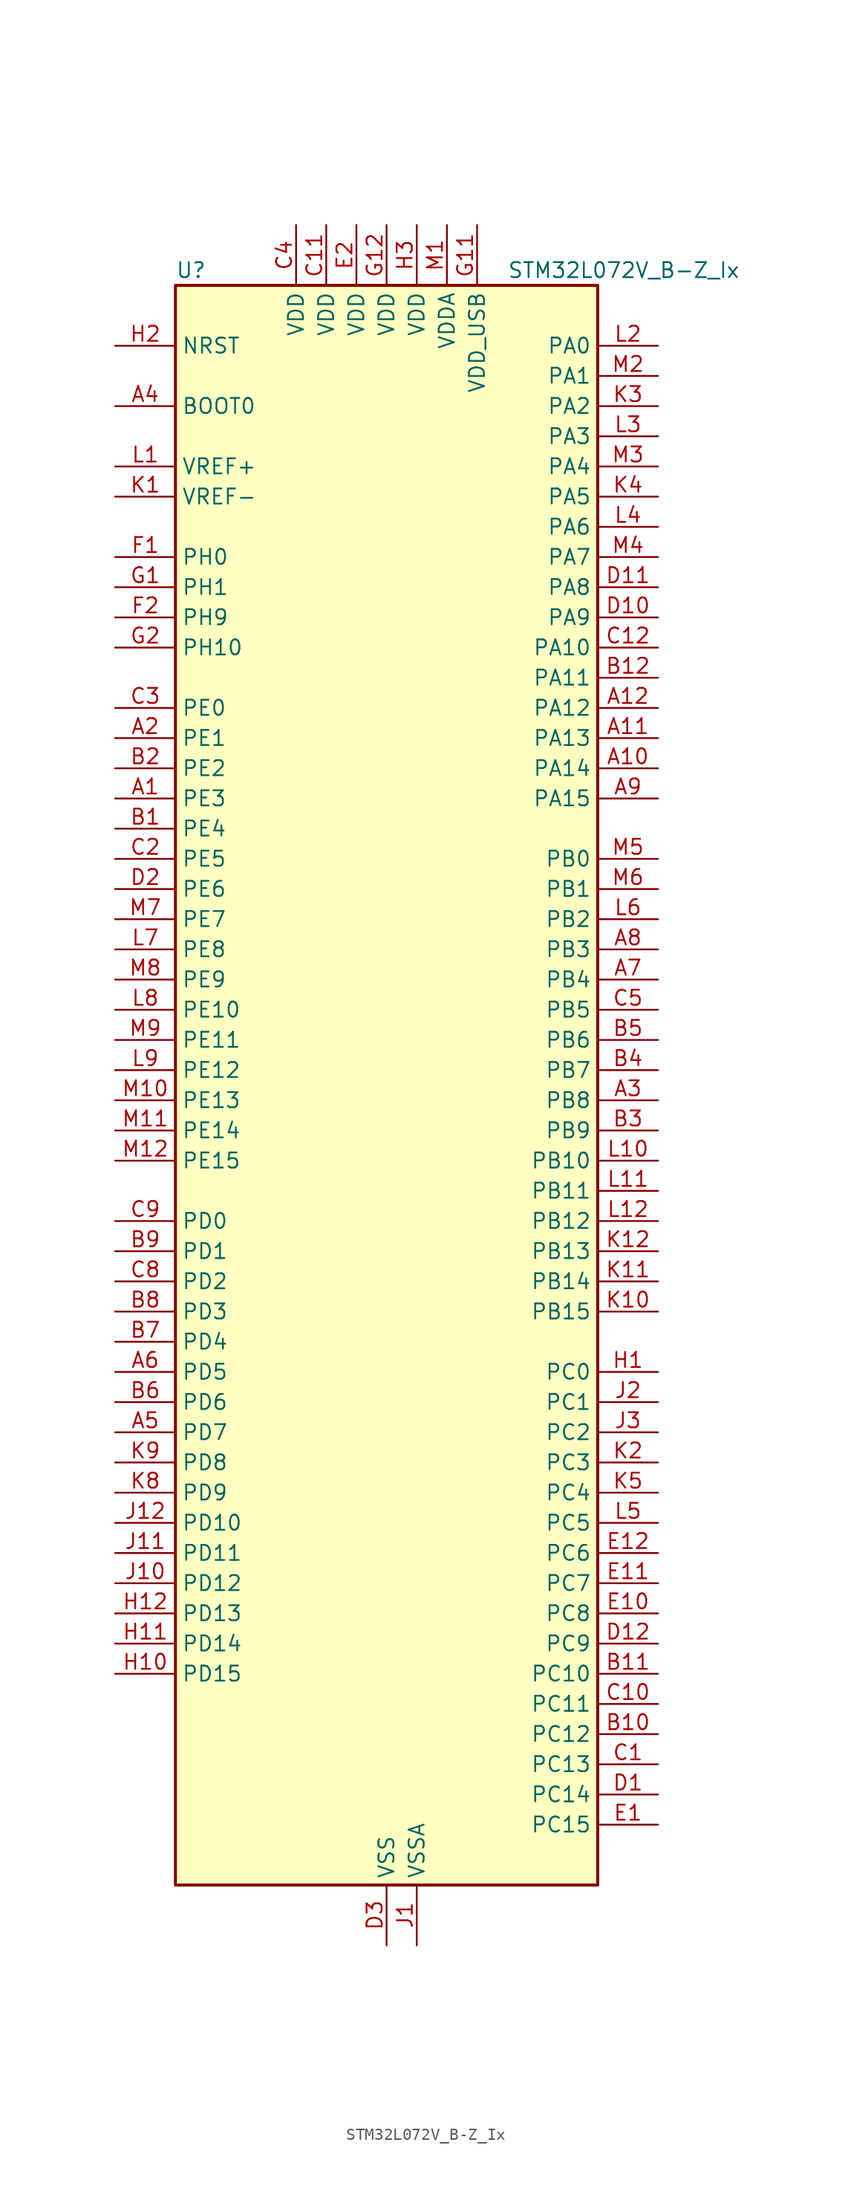
<source format=kicad_sym>
(kicad_symbol_lib
  (version 20241209)
  (generator "kicad_symbol_editor")
  (generator_version "9.0")
  (symbol "STM32L072V_B-Z_Ix"
    (property "Reference" "U"
      (at -17.78 69.85 0)
      (effects (font (size 1.27 1.27)) (justify left)))
    (property "Value" "STM32L072V_B-Z_Ix"
      (at 10.16 69.85 0)
      (effects (font (size 1.27 1.27)) (justify left)))
    (symbol "STM32L072V_B-Z_Ix_0_1"
      (rectangle (start -17.78 -66.04) (end 17.78 68.58) (stroke (width 0.254) (type default)) (fill (type background))))
    (symbol "STM32L072V_B-Z_Ix_1_1"
      (pin input line (at -22.86 63.5 0) (length 5.08) (name "NRST" (effects (font (size 1.27 1.27)))) (number "H2" (effects (font (size 1.27 1.27)))))
      (pin input line (at -22.86 58.42 0) (length 5.08) (name "BOOT0" (effects (font (size 1.27 1.27)))) (number "A4" (effects (font (size 1.27 1.27)))))
      (pin input line (at -22.86 53.34 0) (length 5.08) (name "VREF+" (effects (font (size 1.27 1.27)))) (number "L1" (effects (font (size 1.27 1.27)))))
      (pin input line (at -22.86 50.8 0) (length 5.08) (name "VREF-" (effects (font (size 1.27 1.27)))) (number "K1" (effects (font (size 1.27 1.27)))))
      (pin bidirectional line (at -22.86 45.72 0) (length 5.08) (name "PH0" (effects (font (size 1.27 1.27)))) (number "F1" (effects (font (size 1.27 1.27)))) (alternate "CRS_SYNC" bidirectional line) (alternate "RCC_OSC_IN" bidirectional line))
      (pin bidirectional line (at -22.86 43.18 0) (length 5.08) (name "PH1" (effects (font (size 1.27 1.27)))) (number "G1" (effects (font (size 1.27 1.27)))) (alternate "RCC_OSC_OUT" bidirectional line))
      (pin bidirectional line (at -22.86 40.64 0) (length 5.08) (name "PH9" (effects (font (size 1.27 1.27)))) (number "F2" (effects (font (size 1.27 1.27)))) (alternate "DAC_EXTI9" bidirectional line))
      (pin bidirectional line (at -22.86 38.1 0) (length 5.08) (name "PH10" (effects (font (size 1.27 1.27)))) (number "G2" (effects (font (size 1.27 1.27)))))
      (pin bidirectional line (at -22.86 33.02 0) (length 5.08) (name "PE0" (effects (font (size 1.27 1.27)))) (number "C3" (effects (font (size 1.27 1.27)))))
      (pin bidirectional line (at -22.86 30.48 0) (length 5.08) (name "PE1" (effects (font (size 1.27 1.27)))) (number "A2" (effects (font (size 1.27 1.27)))))
      (pin bidirectional line (at -22.86 27.94 0) (length 5.08) (name "PE2" (effects (font (size 1.27 1.27)))) (number "B2" (effects (font (size 1.27 1.27)))) (alternate "TIM3_ETR" bidirectional line))
      (pin bidirectional line (at -22.86 25.4 0) (length 5.08) (name "PE3" (effects (font (size 1.27 1.27)))) (number "A1" (effects (font (size 1.27 1.27)))) (alternate "TIM22_CH1" bidirectional line) (alternate "TIM3_CH1" bidirectional line))
      (pin bidirectional line (at -22.86 22.86 0) (length 5.08) (name "PE4" (effects (font (size 1.27 1.27)))) (number "B1" (effects (font (size 1.27 1.27)))) (alternate "TIM22_CH2" bidirectional line) (alternate "TIM3_CH2" bidirectional line))
      (pin bidirectional line (at -22.86 20.32 0) (length 5.08) (name "PE5" (effects (font (size 1.27 1.27)))) (number "C2" (effects (font (size 1.27 1.27)))) (alternate "TIM21_CH1" bidirectional line) (alternate "TIM3_CH3" bidirectional line))
      (pin bidirectional line (at -22.86 17.78 0) (length 5.08) (name "PE6" (effects (font (size 1.27 1.27)))) (number "D2" (effects (font (size 1.27 1.27)))) (alternate "RTC_TAMP3" bidirectional line) (alternate "SYS_WKUP3" bidirectional line) (alternate "TIM21_CH2" bidirectional line) (alternate "TIM3_CH4" bidirectional line))
      (pin bidirectional line (at -22.86 15.24 0) (length 5.08) (name "PE7" (effects (font (size 1.27 1.27)))) (number "M7" (effects (font (size 1.27 1.27)))) (alternate "USART5_CK" bidirectional line) (alternate "USART5_DE" bidirectional line) (alternate "USART5_RTS" bidirectional line))
      (pin bidirectional line (at -22.86 12.7 0) (length 5.08) (name "PE8" (effects (font (size 1.27 1.27)))) (number "L7" (effects (font (size 1.27 1.27)))) (alternate "USART4_TX" bidirectional line))
      (pin bidirectional line (at -22.86 10.16 0) (length 5.08) (name "PE9" (effects (font (size 1.27 1.27)))) (number "M8" (effects (font (size 1.27 1.27)))) (alternate "DAC_EXTI9" bidirectional line) (alternate "TIM2_CH1" bidirectional line) (alternate "TIM2_ETR" bidirectional line) (alternate "USART4_RX" bidirectional line))
      (pin bidirectional line (at -22.86 7.62 0) (length 5.08) (name "PE10" (effects (font (size 1.27 1.27)))) (number "L8" (effects (font (size 1.27 1.27)))) (alternate "TIM2_CH2" bidirectional line) (alternate "USART5_TX" bidirectional line))
      (pin bidirectional line (at -22.86 5.08 0) (length 5.08) (name "PE11" (effects (font (size 1.27 1.27)))) (number "M9" (effects (font (size 1.27 1.27)))) (alternate "ADC_EXTI11" bidirectional line) (alternate "TIM2_CH3" bidirectional line) (alternate "USART5_RX" bidirectional line))
      (pin bidirectional line (at -22.86 2.54 0) (length 5.08) (name "PE12" (effects (font (size 1.27 1.27)))) (number "L9" (effects (font (size 1.27 1.27)))) (alternate "SPI1_NSS" bidirectional line) (alternate "TIM2_CH4" bidirectional line))
      (pin bidirectional line (at -22.86 0 0) (length 5.08) (name "PE13" (effects (font (size 1.27 1.27)))) (number "M10" (effects (font (size 1.27 1.27)))) (alternate "SPI1_SCK" bidirectional line))
      (pin bidirectional line (at -22.86 -2.54 0) (length 5.08) (name "PE14" (effects (font (size 1.27 1.27)))) (number "M11" (effects (font (size 1.27 1.27)))) (alternate "SPI1_MISO" bidirectional line))
      (pin bidirectional line (at -22.86 -5.08 0) (length 5.08) (name "PE15" (effects (font (size 1.27 1.27)))) (number "M12" (effects (font (size 1.27 1.27)))) (alternate "SPI1_MOSI" bidirectional line))
      (pin bidirectional line (at -22.86 -10.16 0) (length 5.08) (name "PD0" (effects (font (size 1.27 1.27)))) (number "C9" (effects (font (size 1.27 1.27)))) (alternate "I2S2_WS" bidirectional line) (alternate "SPI2_NSS" bidirectional line) (alternate "TIM21_CH1" bidirectional line))
      (pin bidirectional line (at -22.86 -12.7 0) (length 5.08) (name "PD1" (effects (font (size 1.27 1.27)))) (number "B9" (effects (font (size 1.27 1.27)))) (alternate "I2S2_CK" bidirectional line) (alternate "SPI2_SCK" bidirectional line))
      (pin bidirectional line (at -22.86 -15.24 0) (length 5.08) (name "PD2" (effects (font (size 1.27 1.27)))) (number "C8" (effects (font (size 1.27 1.27)))) (alternate "LPUART1_DE" bidirectional line) (alternate "LPUART1_RTS" bidirectional line) (alternate "TIM3_ETR" bidirectional line) (alternate "USART5_RX" bidirectional line))
      (pin bidirectional line (at -22.86 -17.78 0) (length 5.08) (name "PD3" (effects (font (size 1.27 1.27)))) (number "B8" (effects (font (size 1.27 1.27)))) (alternate "I2S2_MCK" bidirectional line) (alternate "SPI2_MISO" bidirectional line) (alternate "USART2_CTS" bidirectional line))
      (pin bidirectional line (at -22.86 -20.32 0) (length 5.08) (name "PD4" (effects (font (size 1.27 1.27)))) (number "B7" (effects (font (size 1.27 1.27)))) (alternate "I2S2_SD" bidirectional line) (alternate "SPI2_MOSI" bidirectional line) (alternate "USART2_DE" bidirectional line) (alternate "USART2_RTS" bidirectional line))
      (pin bidirectional line (at -22.86 -22.86 0) (length 5.08) (name "PD5" (effects (font (size 1.27 1.27)))) (number "A6" (effects (font (size 1.27 1.27)))) (alternate "USART2_TX" bidirectional line))
      (pin bidirectional line (at -22.86 -25.4 0) (length 5.08) (name "PD6" (effects (font (size 1.27 1.27)))) (number "B6" (effects (font (size 1.27 1.27)))) (alternate "USART2_RX" bidirectional line))
      (pin bidirectional line (at -22.86 -27.94 0) (length 5.08) (name "PD7" (effects (font (size 1.27 1.27)))) (number "A5" (effects (font (size 1.27 1.27)))) (alternate "TIM21_CH2" bidirectional line) (alternate "USART2_CK" bidirectional line))
      (pin bidirectional line (at -22.86 -30.48 0) (length 5.08) (name "PD8" (effects (font (size 1.27 1.27)))) (number "K9" (effects (font (size 1.27 1.27)))) (alternate "LPUART1_TX" bidirectional line))
      (pin bidirectional line (at -22.86 -33.02 0) (length 5.08) (name "PD9" (effects (font (size 1.27 1.27)))) (number "K8" (effects (font (size 1.27 1.27)))) (alternate "DAC_EXTI9" bidirectional line) (alternate "LPUART1_RX" bidirectional line))
      (pin bidirectional line (at -22.86 -35.56 0) (length 5.08) (name "PD10" (effects (font (size 1.27 1.27)))) (number "J12" (effects (font (size 1.27 1.27)))))
      (pin bidirectional line (at -22.86 -38.1 0) (length 5.08) (name "PD11" (effects (font (size 1.27 1.27)))) (number "J11" (effects (font (size 1.27 1.27)))) (alternate "ADC_EXTI11" bidirectional line) (alternate "LPUART1_CTS" bidirectional line))
      (pin bidirectional line (at -22.86 -40.64 0) (length 5.08) (name "PD12" (effects (font (size 1.27 1.27)))) (number "J10" (effects (font (size 1.27 1.27)))) (alternate "LPUART1_DE" bidirectional line) (alternate "LPUART1_RTS" bidirectional line))
      (pin bidirectional line (at -22.86 -43.18 0) (length 5.08) (name "PD13" (effects (font (size 1.27 1.27)))) (number "H12" (effects (font (size 1.27 1.27)))))
      (pin bidirectional line (at -22.86 -45.72 0) (length 5.08) (name "PD14" (effects (font (size 1.27 1.27)))) (number "H11" (effects (font (size 1.27 1.27)))))
      (pin bidirectional line (at -22.86 -48.26 0) (length 5.08) (name "PD15" (effects (font (size 1.27 1.27)))) (number "H10" (effects (font (size 1.27 1.27)))) (alternate "CRS_SYNC" bidirectional line))
      (pin power_in line (at -7.62 73.66 270) (length 5.08) (name "VDD" (effects (font (size 1.27 1.27)))) (number "C4" (effects (font (size 1.27 1.27)))))
      (pin power_in line (at -5.08 73.66 270) (length 5.08) (name "VDD" (effects (font (size 1.27 1.27)))) (number "C11" (effects (font (size 1.27 1.27)))))
      (pin power_in line (at -2.54 73.66 270) (length 5.08) (name "VDD" (effects (font (size 1.27 1.27)))) (number "E2" (effects (font (size 1.27 1.27)))))
      (pin power_in line (at 0 73.66 270) (length 5.08) (name "VDD" (effects (font (size 1.27 1.27)))) (number "G12" (effects (font (size 1.27 1.27)))))
      (pin power_in line (at 0 -71.12 90) (length 5.08) (name "VSS" (effects (font (size 1.27 1.27)))) (number "D3" (effects (font (size 1.27 1.27)))))
      (pin passive line (at 0 -71.12 90) (length 5.08) (hide yes) (name "VSS" (effects (font (size 1.27 1.27)))) (number "E3" (effects (font (size 1.27 1.27)))))
      (pin passive line (at 0 -71.12 90) (length 5.08) (hide yes) (name "VSS" (effects (font (size 1.27 1.27)))) (number "F11" (effects (font (size 1.27 1.27)))))
      (pin passive line (at 0 -71.12 90) (length 5.08) (hide yes) (name "VSS" (effects (font (size 1.27 1.27)))) (number "F12" (effects (font (size 1.27 1.27)))))
      (pin power_in line (at 2.54 73.66 270) (length 5.08) (name "VDD" (effects (font (size 1.27 1.27)))) (number "H3" (effects (font (size 1.27 1.27)))))
      (pin power_in line (at 2.54 -71.12 90) (length 5.08) (name "VSSA" (effects (font (size 1.27 1.27)))) (number "J1" (effects (font (size 1.27 1.27)))))
      (pin power_in line (at 5.08 73.66 270) (length 5.08) (name "VDDA" (effects (font (size 1.27 1.27)))) (number "M1" (effects (font (size 1.27 1.27)))))
      (pin power_in line (at 7.62 73.66 270) (length 5.08) (name "VDD_USB" (effects (font (size 1.27 1.27)))) (number "G11" (effects (font (size 1.27 1.27)))))
      (pin bidirectional line (at 22.86 63.5 180) (length 5.08) (name "PA0" (effects (font (size 1.27 1.27)))) (number "L2" (effects (font (size 1.27 1.27)))) (alternate "ADC_IN0" bidirectional line) (alternate "COMP1_INM" bidirectional line) (alternate "COMP1_OUT" bidirectional line) (alternate "RTC_TAMP2" bidirectional line) (alternate "SYS_WKUP1" bidirectional line) (alternate "TIM2_CH1" bidirectional line) (alternate "TIM2_ETR" bidirectional line) (alternate "TSC_G1_IO1" bidirectional line) (alternate "USART2_CTS" bidirectional line) (alternate "USART4_TX" bidirectional line))
      (pin bidirectional line (at 22.86 60.96 180) (length 5.08) (name "PA1" (effects (font (size 1.27 1.27)))) (number "M2" (effects (font (size 1.27 1.27)))) (alternate "ADC_IN1" bidirectional line) (alternate "COMP1_INP" bidirectional line) (alternate "TIM21_ETR" bidirectional line) (alternate "TIM2_CH2" bidirectional line) (alternate "TSC_G1_IO2" bidirectional line) (alternate "USART2_DE" bidirectional line) (alternate "USART2_RTS" bidirectional line) (alternate "USART4_RX" bidirectional line))
      (pin bidirectional line (at 22.86 58.42 180) (length 5.08) (name "PA2" (effects (font (size 1.27 1.27)))) (number "K3" (effects (font (size 1.27 1.27)))) (alternate "ADC_IN2" bidirectional line) (alternate "COMP2_INM" bidirectional line) (alternate "COMP2_OUT" bidirectional line) (alternate "LPUART1_TX" bidirectional line) (alternate "TIM21_CH1" bidirectional line) (alternate "TIM2_CH3" bidirectional line) (alternate "TSC_G1_IO3" bidirectional line) (alternate "USART2_TX" bidirectional line))
      (pin bidirectional line (at 22.86 55.88 180) (length 5.08) (name "PA3" (effects (font (size 1.27 1.27)))) (number "L3" (effects (font (size 1.27 1.27)))) (alternate "ADC_IN3" bidirectional line) (alternate "COMP2_INP" bidirectional line) (alternate "LPUART1_RX" bidirectional line) (alternate "TIM21_CH2" bidirectional line) (alternate "TIM2_CH4" bidirectional line) (alternate "TSC_G1_IO4" bidirectional line) (alternate "USART2_RX" bidirectional line))
      (pin bidirectional line (at 22.86 53.34 180) (length 5.08) (name "PA4" (effects (font (size 1.27 1.27)))) (number "M3" (effects (font (size 1.27 1.27)))) (alternate "ADC_IN4" bidirectional line) (alternate "COMP1_INM" bidirectional line) (alternate "COMP2_INM" bidirectional line) (alternate "DAC_OUT1" bidirectional line) (alternate "SPI1_NSS" bidirectional line) (alternate "TIM22_ETR" bidirectional line) (alternate "TSC_G2_IO1" bidirectional line) (alternate "USART2_CK" bidirectional line))
      (pin bidirectional line (at 22.86 50.8 180) (length 5.08) (name "PA5" (effects (font (size 1.27 1.27)))) (number "K4" (effects (font (size 1.27 1.27)))) (alternate "ADC_IN5" bidirectional line) (alternate "COMP1_INM" bidirectional line) (alternate "COMP2_INM" bidirectional line) (alternate "DAC_OUT2" bidirectional line) (alternate "SPI1_SCK" bidirectional line) (alternate "TIM2_CH1" bidirectional line) (alternate "TIM2_ETR" bidirectional line) (alternate "TSC_G2_IO2" bidirectional line))
      (pin bidirectional line (at 22.86 48.26 180) (length 5.08) (name "PA6" (effects (font (size 1.27 1.27)))) (number "L4" (effects (font (size 1.27 1.27)))) (alternate "ADC_IN6" bidirectional line) (alternate "COMP1_OUT" bidirectional line) (alternate "LPUART1_CTS" bidirectional line) (alternate "SPI1_MISO" bidirectional line) (alternate "TIM22_CH1" bidirectional line) (alternate "TIM3_CH1" bidirectional line) (alternate "TSC_G2_IO3" bidirectional line))
      (pin bidirectional line (at 22.86 45.72 180) (length 5.08) (name "PA7" (effects (font (size 1.27 1.27)))) (number "M4" (effects (font (size 1.27 1.27)))) (alternate "ADC_IN7" bidirectional line) (alternate "COMP2_OUT" bidirectional line) (alternate "SPI1_MOSI" bidirectional line) (alternate "TIM22_CH2" bidirectional line) (alternate "TIM3_CH2" bidirectional line) (alternate "TSC_G2_IO4" bidirectional line))
      (pin bidirectional line (at 22.86 43.18 180) (length 5.08) (name "PA8" (effects (font (size 1.27 1.27)))) (number "D11" (effects (font (size 1.27 1.27)))) (alternate "CRS_SYNC" bidirectional line) (alternate "I2C3_SCL" bidirectional line) (alternate "RCC_MCO" bidirectional line) (alternate "USART1_CK" bidirectional line))
      (pin bidirectional line (at 22.86 40.64 180) (length 5.08) (name "PA9" (effects (font (size 1.27 1.27)))) (number "D10" (effects (font (size 1.27 1.27)))) (alternate "DAC_EXTI9" bidirectional line) (alternate "I2C1_SCL" bidirectional line) (alternate "I2C3_SMBA" bidirectional line) (alternate "RCC_MCO" bidirectional line) (alternate "TSC_G4_IO1" bidirectional line) (alternate "USART1_TX" bidirectional line))
      (pin bidirectional line (at 22.86 38.1 180) (length 5.08) (name "PA10" (effects (font (size 1.27 1.27)))) (number "C12" (effects (font (size 1.27 1.27)))) (alternate "I2C1_SDA" bidirectional line) (alternate "TSC_G4_IO2" bidirectional line) (alternate "USART1_RX" bidirectional line))
      (pin bidirectional line (at 22.86 35.56 180) (length 5.08) (name "PA11" (effects (font (size 1.27 1.27)))) (number "B12" (effects (font (size 1.27 1.27)))) (alternate "ADC_EXTI11" bidirectional line) (alternate "COMP1_OUT" bidirectional line) (alternate "SPI1_MISO" bidirectional line) (alternate "TSC_G4_IO3" bidirectional line) (alternate "USART1_CTS" bidirectional line) (alternate "USB_DM" bidirectional line))
      (pin bidirectional line (at 22.86 33.02 180) (length 5.08) (name "PA12" (effects (font (size 1.27 1.27)))) (number "A12" (effects (font (size 1.27 1.27)))) (alternate "COMP2_OUT" bidirectional line) (alternate "SPI1_MOSI" bidirectional line) (alternate "TSC_G4_IO4" bidirectional line) (alternate "USART1_DE" bidirectional line) (alternate "USART1_RTS" bidirectional line) (alternate "USB_DP" bidirectional line))
      (pin bidirectional line (at 22.86 30.48 180) (length 5.08) (name "PA13" (effects (font (size 1.27 1.27)))) (number "A11" (effects (font (size 1.27 1.27)))) (alternate "LPUART1_RX" bidirectional line) (alternate "SYS_SWDIO" bidirectional line) (alternate "USB_NOE" bidirectional line))
      (pin bidirectional line (at 22.86 27.94 180) (length 5.08) (name "PA14" (effects (font (size 1.27 1.27)))) (number "A10" (effects (font (size 1.27 1.27)))) (alternate "LPUART1_TX" bidirectional line) (alternate "SYS_SWCLK" bidirectional line) (alternate "USART2_TX" bidirectional line))
      (pin bidirectional line (at 22.86 25.4 180) (length 5.08) (name "PA15" (effects (font (size 1.27 1.27)))) (number "A9" (effects (font (size 1.27 1.27)))) (alternate "SPI1_NSS" bidirectional line) (alternate "TIM2_CH1" bidirectional line) (alternate "TIM2_ETR" bidirectional line) (alternate "USART2_RX" bidirectional line) (alternate "USART4_DE" bidirectional line) (alternate "USART4_RTS" bidirectional line))
      (pin bidirectional line (at 22.86 20.32 180) (length 5.08) (name "PB0" (effects (font (size 1.27 1.27)))) (number "M5" (effects (font (size 1.27 1.27)))) (alternate "ADC_IN8" bidirectional line) (alternate "SYS_VREF_OUT_PB0" bidirectional line) (alternate "TIM3_CH3" bidirectional line) (alternate "TSC_G3_IO2" bidirectional line))
      (pin bidirectional line (at 22.86 17.78 180) (length 5.08) (name "PB1" (effects (font (size 1.27 1.27)))) (number "M6" (effects (font (size 1.27 1.27)))) (alternate "ADC_IN9" bidirectional line) (alternate "LPUART1_DE" bidirectional line) (alternate "LPUART1_RTS" bidirectional line) (alternate "SYS_VREF_OUT_PB1" bidirectional line) (alternate "TIM3_CH4" bidirectional line) (alternate "TSC_G3_IO3" bidirectional line))
      (pin bidirectional line (at 22.86 15.24 180) (length 5.08) (name "PB2" (effects (font (size 1.27 1.27)))) (number "L6" (effects (font (size 1.27 1.27)))) (alternate "I2C3_SMBA" bidirectional line) (alternate "LPTIM1_OUT" bidirectional line) (alternate "TSC_G3_IO4" bidirectional line))
      (pin bidirectional line (at 22.86 12.7 180) (length 5.08) (name "PB3" (effects (font (size 1.27 1.27)))) (number "A8" (effects (font (size 1.27 1.27)))) (alternate "COMP2_INM" bidirectional line) (alternate "SPI1_SCK" bidirectional line) (alternate "TIM2_CH2" bidirectional line) (alternate "TSC_G5_IO1" bidirectional line) (alternate "USART1_DE" bidirectional line) (alternate "USART1_RTS" bidirectional line) (alternate "USART5_TX" bidirectional line))
      (pin bidirectional line (at 22.86 10.16 180) (length 5.08) (name "PB4" (effects (font (size 1.27 1.27)))) (number "A7" (effects (font (size 1.27 1.27)))) (alternate "COMP2_INP" bidirectional line) (alternate "I2C3_SDA" bidirectional line) (alternate "SPI1_MISO" bidirectional line) (alternate "TIM22_CH1" bidirectional line) (alternate "TIM3_CH1" bidirectional line) (alternate "TSC_G5_IO2" bidirectional line) (alternate "USART1_CTS" bidirectional line) (alternate "USART5_RX" bidirectional line))
      (pin bidirectional line (at 22.86 7.62 180) (length 5.08) (name "PB5" (effects (font (size 1.27 1.27)))) (number "C5" (effects (font (size 1.27 1.27)))) (alternate "COMP2_INP" bidirectional line) (alternate "I2C1_SMBA" bidirectional line) (alternate "LPTIM1_IN1" bidirectional line) (alternate "SPI1_MOSI" bidirectional line) (alternate "TIM22_CH2" bidirectional line) (alternate "TIM3_CH2" bidirectional line) (alternate "USART1_CK" bidirectional line) (alternate "USART5_CK" bidirectional line) (alternate "USART5_DE" bidirectional line) (alternate "USART5_RTS" bidirectional line))
      (pin bidirectional line (at 22.86 5.08 180) (length 5.08) (name "PB6" (effects (font (size 1.27 1.27)))) (number "B5" (effects (font (size 1.27 1.27)))) (alternate "COMP2_INP" bidirectional line) (alternate "I2C1_SCL" bidirectional line) (alternate "LPTIM1_ETR" bidirectional line) (alternate "TSC_G5_IO3" bidirectional line) (alternate "USART1_TX" bidirectional line))
      (pin bidirectional line (at 22.86 2.54 180) (length 5.08) (name "PB7" (effects (font (size 1.27 1.27)))) (number "B4" (effects (font (size 1.27 1.27)))) (alternate "COMP2_INP" bidirectional line) (alternate "I2C1_SDA" bidirectional line) (alternate "LPTIM1_IN2" bidirectional line) (alternate "SYS_PVD_IN" bidirectional line) (alternate "TSC_G5_IO4" bidirectional line) (alternate "USART1_RX" bidirectional line) (alternate "USART4_CTS" bidirectional line))
      (pin bidirectional line (at 22.86 0 180) (length 5.08) (name "PB8" (effects (font (size 1.27 1.27)))) (number "A3" (effects (font (size 1.27 1.27)))) (alternate "I2C1_SCL" bidirectional line) (alternate "TSC_SYNC" bidirectional line))
      (pin bidirectional line (at 22.86 -2.54 180) (length 5.08) (name "PB9" (effects (font (size 1.27 1.27)))) (number "B3" (effects (font (size 1.27 1.27)))) (alternate "DAC_EXTI9" bidirectional line) (alternate "I2C1_SDA" bidirectional line) (alternate "I2S2_WS" bidirectional line) (alternate "SPI2_NSS" bidirectional line))
      (pin bidirectional line (at 22.86 -5.08 180) (length 5.08) (name "PB10" (effects (font (size 1.27 1.27)))) (number "L10" (effects (font (size 1.27 1.27)))) (alternate "I2C2_SCL" bidirectional line) (alternate "LPUART1_RX" bidirectional line) (alternate "LPUART1_TX" bidirectional line) (alternate "SPI2_SCK" bidirectional line) (alternate "TIM2_CH3" bidirectional line) (alternate "TSC_SYNC" bidirectional line))
      (pin bidirectional line (at 22.86 -7.62 180) (length 5.08) (name "PB11" (effects (font (size 1.27 1.27)))) (number "L11" (effects (font (size 1.27 1.27)))) (alternate "ADC_EXTI11" bidirectional line) (alternate "I2C2_SDA" bidirectional line) (alternate "LPUART1_RX" bidirectional line) (alternate "LPUART1_TX" bidirectional line) (alternate "TIM2_CH4" bidirectional line) (alternate "TSC_G6_IO1" bidirectional line))
      (pin bidirectional line (at 22.86 -10.16 180) (length 5.08) (name "PB12" (effects (font (size 1.27 1.27)))) (number "L12" (effects (font (size 1.27 1.27)))) (alternate "I2S2_WS" bidirectional line) (alternate "LPUART1_DE" bidirectional line) (alternate "LPUART1_RTS" bidirectional line) (alternate "SPI2_NSS" bidirectional line) (alternate "TSC_G6_IO2" bidirectional line))
      (pin bidirectional line (at 22.86 -12.7 180) (length 5.08) (name "PB13" (effects (font (size 1.27 1.27)))) (number "K12" (effects (font (size 1.27 1.27)))) (alternate "I2C2_SCL" bidirectional line) (alternate "I2S2_CK" bidirectional line) (alternate "LPUART1_CTS" bidirectional line) (alternate "RCC_MCO" bidirectional line) (alternate "SPI2_SCK" bidirectional line) (alternate "TIM21_CH1" bidirectional line) (alternate "TSC_G6_IO3" bidirectional line))
      (pin bidirectional line (at 22.86 -15.24 180) (length 5.08) (name "PB14" (effects (font (size 1.27 1.27)))) (number "K11" (effects (font (size 1.27 1.27)))) (alternate "I2C2_SDA" bidirectional line) (alternate "I2S2_MCK" bidirectional line) (alternate "LPUART1_DE" bidirectional line) (alternate "LPUART1_RTS" bidirectional line) (alternate "RTC_OUT_ALARM" bidirectional line) (alternate "RTC_OUT_CALIB" bidirectional line) (alternate "SPI2_MISO" bidirectional line) (alternate "TIM21_CH2" bidirectional line) (alternate "TSC_G6_IO4" bidirectional line))
      (pin bidirectional line (at 22.86 -17.78 180) (length 5.08) (name "PB15" (effects (font (size 1.27 1.27)))) (number "K10" (effects (font (size 1.27 1.27)))) (alternate "I2S2_SD" bidirectional line) (alternate "RTC_REFIN" bidirectional line) (alternate "SPI2_MOSI" bidirectional line))
      (pin bidirectional line (at 22.86 -22.86 180) (length 5.08) (name "PC0" (effects (font (size 1.27 1.27)))) (number "H1" (effects (font (size 1.27 1.27)))) (alternate "ADC_IN10" bidirectional line) (alternate "I2C3_SCL" bidirectional line) (alternate "LPTIM1_IN1" bidirectional line) (alternate "LPUART1_RX" bidirectional line) (alternate "TSC_G7_IO1" bidirectional line))
      (pin bidirectional line (at 22.86 -25.4 180) (length 5.08) (name "PC1" (effects (font (size 1.27 1.27)))) (number "J2" (effects (font (size 1.27 1.27)))) (alternate "ADC_IN11" bidirectional line) (alternate "I2C3_SDA" bidirectional line) (alternate "LPTIM1_OUT" bidirectional line) (alternate "LPUART1_TX" bidirectional line) (alternate "TSC_G7_IO2" bidirectional line))
      (pin bidirectional line (at 22.86 -27.94 180) (length 5.08) (name "PC2" (effects (font (size 1.27 1.27)))) (number "J3" (effects (font (size 1.27 1.27)))) (alternate "ADC_IN12" bidirectional line) (alternate "I2S2_MCK" bidirectional line) (alternate "LPTIM1_IN2" bidirectional line) (alternate "SPI2_MISO" bidirectional line) (alternate "TSC_G7_IO3" bidirectional line))
      (pin bidirectional line (at 22.86 -30.48 180) (length 5.08) (name "PC3" (effects (font (size 1.27 1.27)))) (number "K2" (effects (font (size 1.27 1.27)))) (alternate "ADC_IN13" bidirectional line) (alternate "I2S2_SD" bidirectional line) (alternate "LPTIM1_ETR" bidirectional line) (alternate "SPI2_MOSI" bidirectional line) (alternate "TSC_G7_IO4" bidirectional line))
      (pin bidirectional line (at 22.86 -33.02 180) (length 5.08) (name "PC4" (effects (font (size 1.27 1.27)))) (number "K5" (effects (font (size 1.27 1.27)))) (alternate "ADC_IN14" bidirectional line) (alternate "LPUART1_TX" bidirectional line))
      (pin bidirectional line (at 22.86 -35.56 180) (length 5.08) (name "PC5" (effects (font (size 1.27 1.27)))) (number "L5" (effects (font (size 1.27 1.27)))) (alternate "ADC_IN15" bidirectional line) (alternate "LPUART1_RX" bidirectional line) (alternate "TSC_G3_IO1" bidirectional line))
      (pin bidirectional line (at 22.86 -38.1 180) (length 5.08) (name "PC6" (effects (font (size 1.27 1.27)))) (number "E12" (effects (font (size 1.27 1.27)))) (alternate "TIM22_CH1" bidirectional line) (alternate "TIM3_CH1" bidirectional line) (alternate "TSC_G8_IO1" bidirectional line))
      (pin bidirectional line (at 22.86 -40.64 180) (length 5.08) (name "PC7" (effects (font (size 1.27 1.27)))) (number "E11" (effects (font (size 1.27 1.27)))) (alternate "TIM22_CH2" bidirectional line) (alternate "TIM3_CH2" bidirectional line) (alternate "TSC_G8_IO2" bidirectional line))
      (pin bidirectional line (at 22.86 -43.18 180) (length 5.08) (name "PC8" (effects (font (size 1.27 1.27)))) (number "E10" (effects (font (size 1.27 1.27)))) (alternate "TIM22_ETR" bidirectional line) (alternate "TIM3_CH3" bidirectional line) (alternate "TSC_G8_IO3" bidirectional line))
      (pin bidirectional line (at 22.86 -45.72 180) (length 5.08) (name "PC9" (effects (font (size 1.27 1.27)))) (number "D12" (effects (font (size 1.27 1.27)))) (alternate "DAC_EXTI9" bidirectional line) (alternate "I2C3_SDA" bidirectional line) (alternate "TIM21_ETR" bidirectional line) (alternate "TIM3_CH4" bidirectional line) (alternate "TSC_G8_IO4" bidirectional line) (alternate "USB_NOE" bidirectional line))
      (pin bidirectional line (at 22.86 -48.26 180) (length 5.08) (name "PC10" (effects (font (size 1.27 1.27)))) (number "B11" (effects (font (size 1.27 1.27)))) (alternate "LPUART1_TX" bidirectional line) (alternate "USART4_TX" bidirectional line))
      (pin bidirectional line (at 22.86 -50.8 180) (length 5.08) (name "PC11" (effects (font (size 1.27 1.27)))) (number "C10" (effects (font (size 1.27 1.27)))) (alternate "ADC_EXTI11" bidirectional line) (alternate "LPUART1_RX" bidirectional line) (alternate "USART4_RX" bidirectional line))
      (pin bidirectional line (at 22.86 -53.34 180) (length 5.08) (name "PC12" (effects (font (size 1.27 1.27)))) (number "B10" (effects (font (size 1.27 1.27)))) (alternate "USART4_CK" bidirectional line) (alternate "USART5_TX" bidirectional line))
      (pin bidirectional line (at 22.86 -55.88 180) (length 5.08) (name "PC13" (effects (font (size 1.27 1.27)))) (number "C1" (effects (font (size 1.27 1.27)))) (alternate "RTC_OUT_ALARM" bidirectional line) (alternate "RTC_OUT_CALIB" bidirectional line) (alternate "RTC_TAMP1" bidirectional line) (alternate "RTC_TS" bidirectional line) (alternate "SYS_WKUP2" bidirectional line))
      (pin bidirectional line (at 22.86 -58.42 180) (length 5.08) (name "PC14" (effects (font (size 1.27 1.27)))) (number "D1" (effects (font (size 1.27 1.27)))) (alternate "RCC_OSC32_IN" bidirectional line))
      (pin bidirectional line (at 22.86 -60.96 180) (length 5.08) (name "PC15" (effects (font (size 1.27 1.27)))) (number "E1" (effects (font (size 1.27 1.27)))) (alternate "RCC_OSC32_OUT" bidirectional line)))))
</source>
